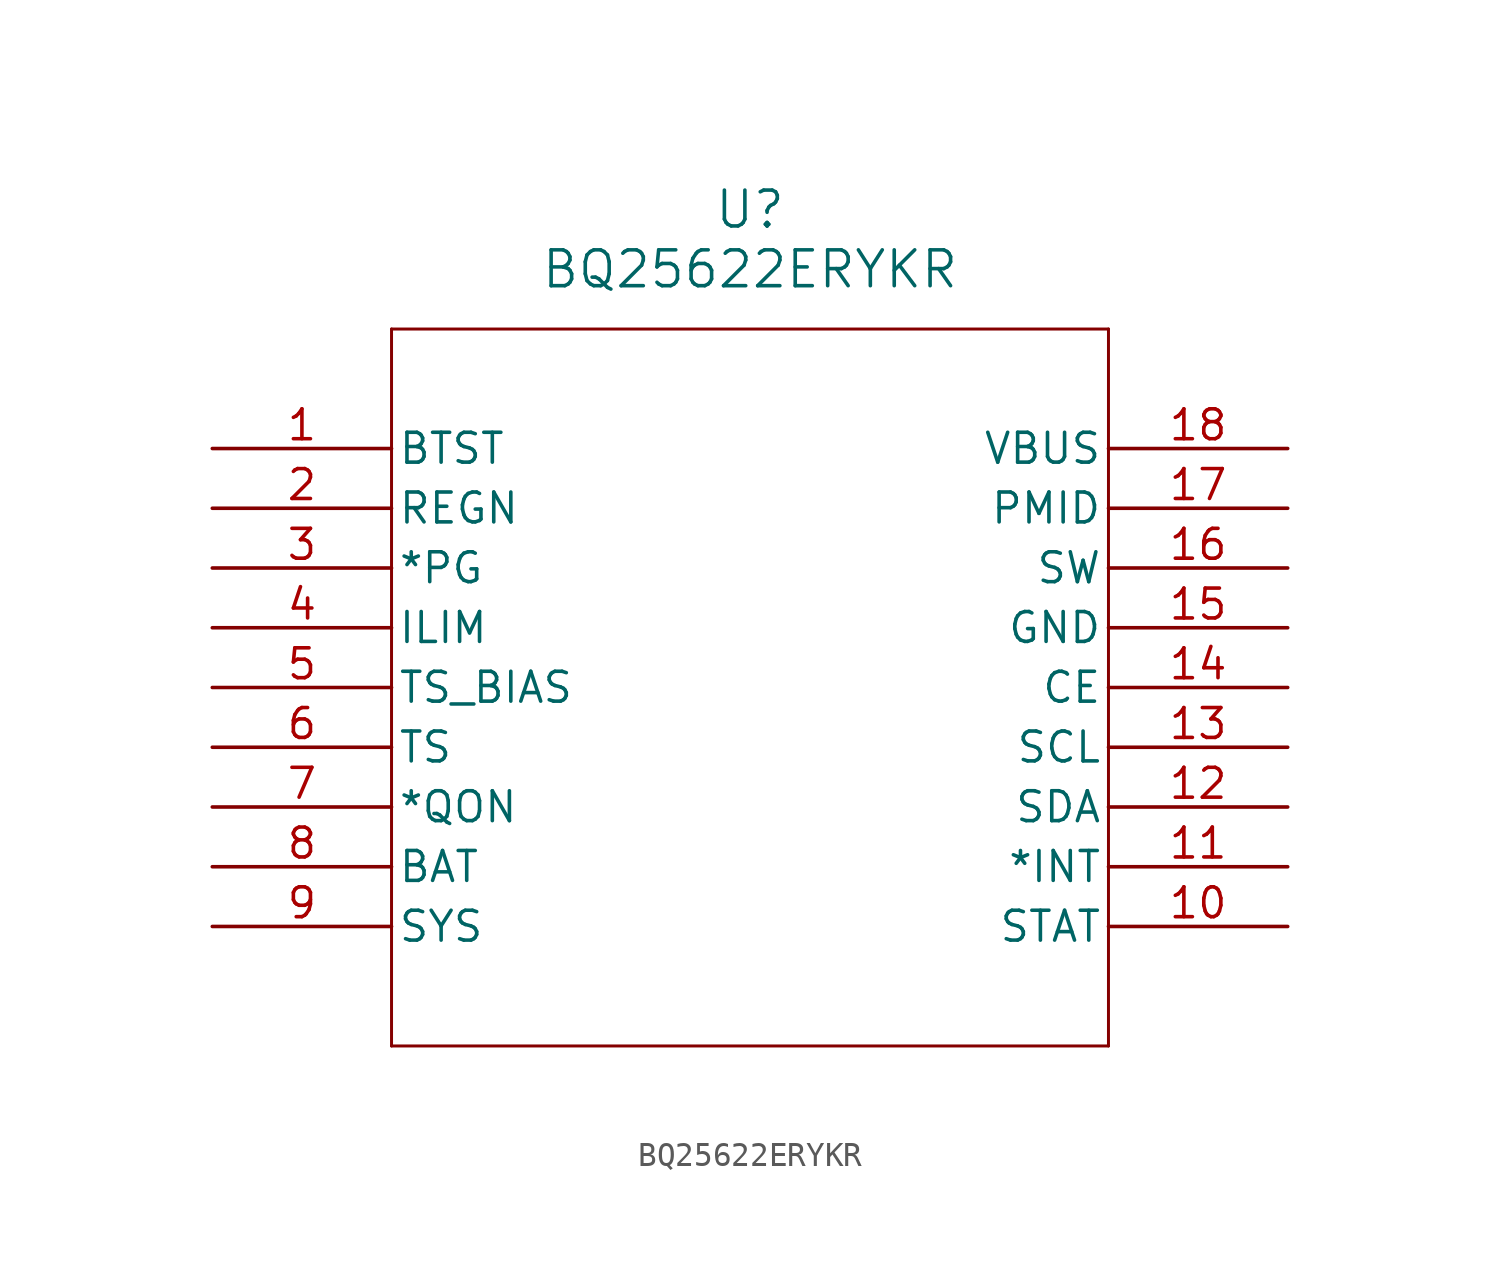
<source format=kicad_sym>
(kicad_symbol_lib
  (version 20211014)
  (generator kicad_symbol_editor)
  (symbol "BQ25622ERYKR"
    (pin_names
      (offset 0.254))
    (property "Reference" "U"
      (at 22.86 10.16 0)
      (effects (font (size 1.524 1.524))))
    (property "Value" "BQ25622ERYKR"
      (at 22.86 7.62 0)
      (effects (font (size 1.524 1.524))))
    (symbol "BQ25622ERYKR_0_1"
      (polyline (pts (xy 7.62 5.08) (xy 7.62 -25.4)) (stroke (width 0.127) (type default) (color 0 0 0 0)) (fill (type none)))
      (polyline (pts (xy 7.62 -25.4) (xy 38.1 -25.4)) (stroke (width 0.127) (type default) (color 0 0 0 0)) (fill (type none)))
      (polyline (pts (xy 38.1 -25.4) (xy 38.1 5.08)) (stroke (width 0.127) (type default) (color 0 0 0 0)) (fill (type none)))
      (polyline (pts (xy 38.1 5.08) (xy 7.62 5.08)) (stroke (width 0.127) (type default) (color 0 0 0 0)) (fill (type none)))
      (pin power_in line (at 0 0 0) (length 7.62) (name "BTST" (effects (font (size 1.27 1.27)))) (number "1" (effects (font (size 1.27 1.27)))))
      (pin power_in line (at 0 -2.54 0) (length 7.62) (name "REGN" (effects (font (size 1.27 1.27)))) (number "2" (effects (font (size 1.27 1.27)))))
      (pin unspecified line (at 0 -5.08 0) (length 7.62) (name "*PG" (effects (font (size 1.27 1.27)))) (number "3" (effects (font (size 1.27 1.27)))))
      (pin bidirectional line (at 0 -7.62 0) (length 7.62) (name "ILIM" (effects (font (size 1.27 1.27)))) (number "4" (effects (font (size 1.27 1.27)))))
      (pin power_in line (at 0 -10.16 0) (length 7.62) (name "TS_BIAS" (effects (font (size 1.27 1.27)))) (number "5" (effects (font (size 1.27 1.27)))))
      (pin input line (at 0 -12.7 0) (length 7.62) (name "TS" (effects (font (size 1.27 1.27)))) (number "6" (effects (font (size 1.27 1.27)))))
      (pin input line (at 0 -15.24 0) (length 7.62) (name "*QON" (effects (font (size 1.27 1.27)))) (number "7" (effects (font (size 1.27 1.27)))))
      (pin power_in line (at 0 -17.78 0) (length 7.62) (name "BAT" (effects (font (size 1.27 1.27)))) (number "8" (effects (font (size 1.27 1.27)))))
      (pin power_in line (at 0 -20.32 0) (length 7.62) (name "SYS" (effects (font (size 1.27 1.27)))) (number "9" (effects (font (size 1.27 1.27)))))
      (pin output line (at 45.72 -20.32 180) (length 7.62) (name "STAT" (effects (font (size 1.27 1.27)))) (number "10" (effects (font (size 1.27 1.27)))))
      (pin output line (at 45.72 -17.78 180) (length 7.62) (name "*INT" (effects (font (size 1.27 1.27)))) (number "11" (effects (font (size 1.27 1.27)))))
      (pin bidirectional line (at 45.72 -15.24 180) (length 7.62) (name "SDA" (effects (font (size 1.27 1.27)))) (number "12" (effects (font (size 1.27 1.27)))))
      (pin input line (at 45.72 -12.7 180) (length 7.62) (name "SCL" (effects (font (size 1.27 1.27)))) (number "13" (effects (font (size 1.27 1.27)))))
      (pin input line (at 45.72 -10.16 180) (length 7.62) (name "CE" (effects (font (size 1.27 1.27)))) (number "14" (effects (font (size 1.27 1.27)))))
      (pin power_out line (at 45.72 -7.62 180) (length 7.62) (name "GND" (effects (font (size 1.27 1.27)))) (number "15" (effects (font (size 1.27 1.27)))))
      (pin power_in line (at 45.72 -5.08 180) (length 7.62) (name "SW" (effects (font (size 1.27 1.27)))) (number "16" (effects (font (size 1.27 1.27)))))
      (pin power_in line (at 45.72 -2.54 180) (length 7.62) (name "PMID" (effects (font (size 1.27 1.27)))) (number "17" (effects (font (size 1.27 1.27)))))
      (pin power_in line (at 45.72 0 180) (length 7.62) (name "VBUS" (effects (font (size 1.27 1.27)))) (number "18" (effects (font (size 1.27 1.27))))))))
</source>
